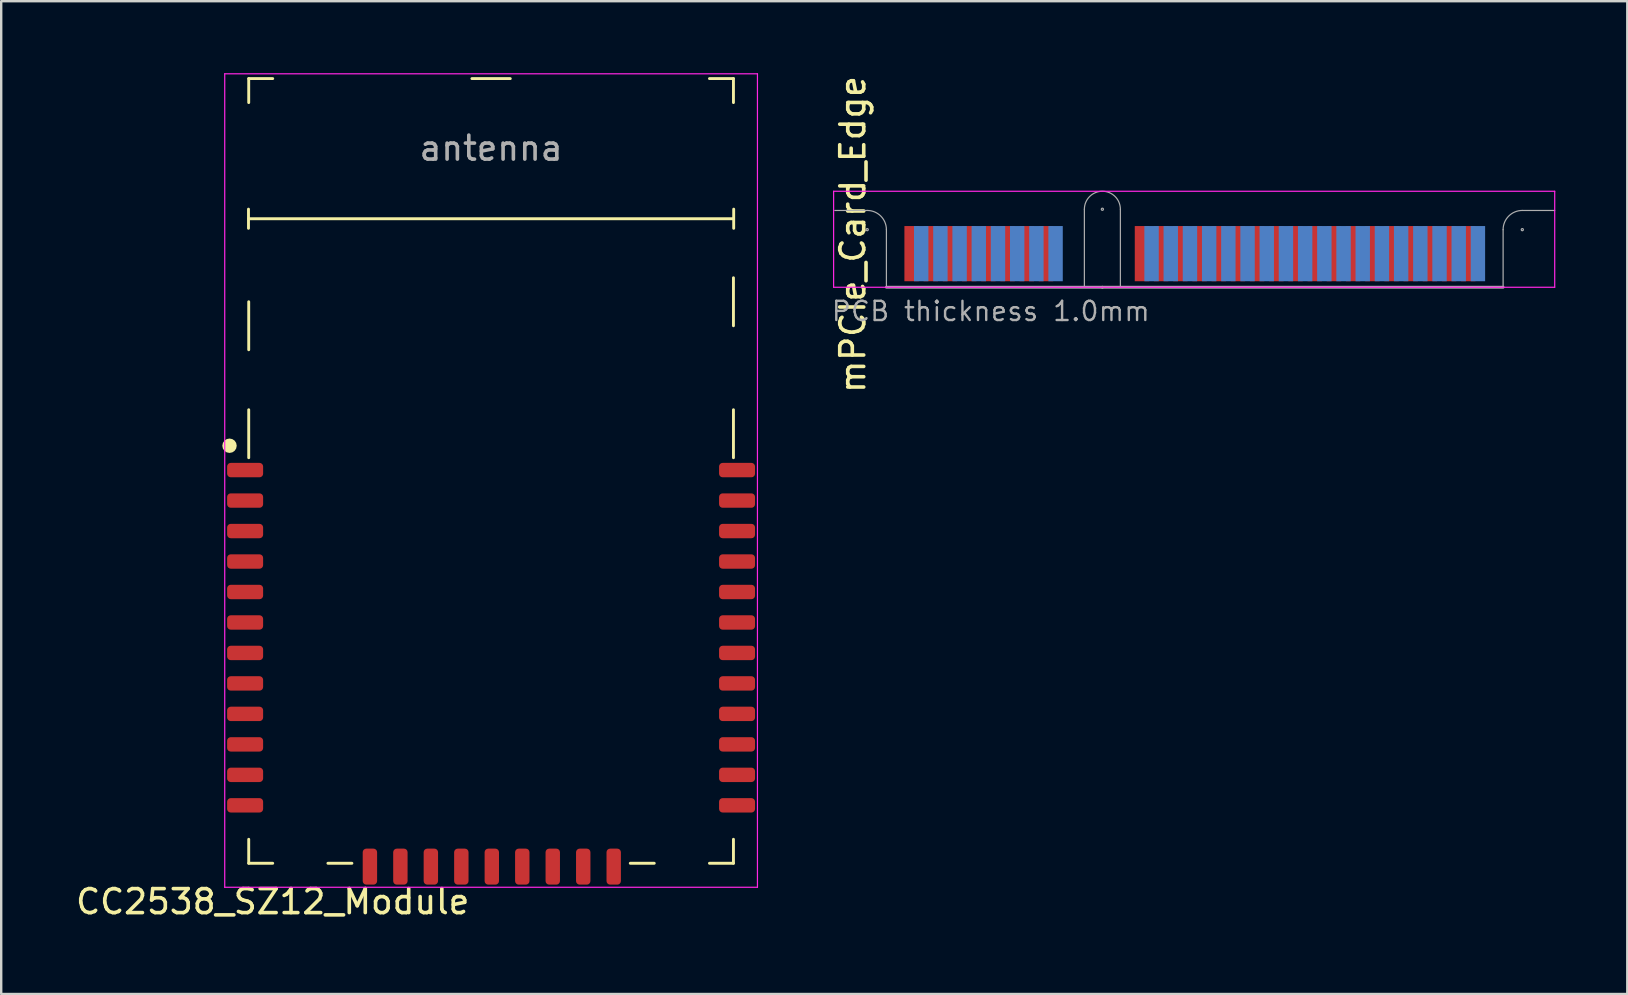
<source format=kicad_pcb>
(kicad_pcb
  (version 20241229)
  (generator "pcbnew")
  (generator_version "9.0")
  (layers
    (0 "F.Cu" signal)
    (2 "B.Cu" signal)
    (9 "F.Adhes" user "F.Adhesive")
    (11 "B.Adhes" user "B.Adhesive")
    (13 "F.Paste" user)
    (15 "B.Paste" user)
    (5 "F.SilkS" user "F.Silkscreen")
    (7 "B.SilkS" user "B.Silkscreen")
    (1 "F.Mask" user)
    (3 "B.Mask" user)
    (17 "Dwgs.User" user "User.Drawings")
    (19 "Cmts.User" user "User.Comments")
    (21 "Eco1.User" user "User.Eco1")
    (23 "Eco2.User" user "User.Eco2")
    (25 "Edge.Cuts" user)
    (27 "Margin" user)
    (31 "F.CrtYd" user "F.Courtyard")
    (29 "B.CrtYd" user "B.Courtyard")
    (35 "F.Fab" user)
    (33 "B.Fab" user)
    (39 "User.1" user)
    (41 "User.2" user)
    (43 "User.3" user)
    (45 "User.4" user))
  (footprint "mPCIe_Card_Edge"
    (layer "F.Cu")
    (at 44.939 4.92)
    (property "Reference" "mPCIe_Card_Edge" (at -12.45 1.8 270) (layer "F.SilkS") (effects (font (size 1 1) (thickness 0.15))))
    (attr exclude_from_pos_files exclude_from_bom)
    (fp_line (start -13.25 0) (end 16.8 0) (stroke (width 0.05) (type solid)) (layer "F.CrtYd"))
    (fp_line (start -13.25 4) (end -13.25 0) (stroke (width 0.05) (type solid)) (layer "F.CrtYd"))
    (fp_line (start -13.25 4) (end 16.8 4) (stroke (width 0.05) (type solid)) (layer "F.CrtYd"))
    (fp_line (start 16.8 0) (end 16.8 4) (stroke (width 0.05) (type solid)) (layer "F.CrtYd"))
    (fp_line (start -11.85 0.8) (end -13.2 0.8) (stroke (width 0.05) (type solid)) (layer "F.Fab"))
    (fp_line (start -11.05 1.6) (end -11.05 4) (stroke (width 0.05) (type solid)) (layer "F.Fab"))
    (fp_line (start -2.8 4) (end -2.8 0.75) (stroke (width 0.05) (type solid)) (layer "F.Fab"))
    (fp_line (start -2.05 4) (end -11.05 4) (stroke (width 0.12) (type solid)) (layer "F.Fab"))
    (fp_line (start -2.05 4) (end 14.65 4) (stroke (width 0.12) (type solid)) (layer "F.Fab"))
    (fp_line (start -1.3 4) (end -1.3 0.75) (stroke (width 0.05) (type solid)) (layer "F.Fab"))
    (fp_line (start 14.65 1.6) (end 14.65 4) (stroke (width 0.05) (type solid)) (layer "F.Fab"))
    (fp_line (start 15.45 0.8) (end 16.8 0.8) (stroke (width 0.05) (type solid)) (layer "F.Fab"))
    (fp_arc (start -11.85 0.8) (mid -11.284315 1.034315) (end -11.05 1.6) (stroke (width 0.05) (type solid)) (layer "F.Fab"))
    (fp_arc (start -2.8 0.75) (mid -2.05 0) (end -1.3 0.75) (stroke (width 0.05) (type solid)) (layer "F.Fab"))
    (fp_arc (start 14.65 1.6) (mid 14.884315 1.034315) (end 15.45 0.8) (stroke (width 0.05) (type solid)) (layer "F.Fab"))
    (fp_circle (center -11.85 1.6) (end -11.83 1.6) (stroke (width 0.05) (type solid)) (fill no) (layer "F.Fab"))
    (fp_circle (center -2.05 0.75) (end -2.03 0.75) (stroke (width 0.05) (type solid)) (fill no) (layer "F.Fab"))
    (fp_circle (center 15.45 1.6) (end 15.47 1.6) (stroke (width 0.05) (type solid)) (fill no) (layer "F.Fab"))
    (fp_text user "PCB thickness 1.0mm" (at -6.7 5 0) (layer "F.Fab") (effects (font (size 0.8 0.8) (thickness 0.1))))
    (pad "1" smd rect (at -10 2.6) (size 0.6 2.3) (layers "F.Cu" "F.Mask"))
    (pad "2" smd rect (at -9.6 2.6) (size 0.6 2.3) (layers "B.Cu" "B.Mask"))
    (pad "3" smd rect (at -9.2 2.6) (size 0.6 2.3) (layers "F.Cu" "F.Mask"))
    (pad "4" smd rect (at -8.8 2.6) (size 0.6 2.3) (layers "B.Cu" "B.Mask"))
    (pad "5" smd rect (at -8.4 2.6) (size 0.6 2.3) (layers "F.Cu" "F.Mask"))
    (pad "6" smd rect (at -8 2.6) (size 0.6 2.3) (layers "B.Cu" "B.Mask"))
    (pad "7" smd rect (at -7.6 2.6) (size 0.6 2.3) (layers "F.Cu" "F.Mask"))
    (pad "8" smd rect (at -7.2 2.6) (size 0.6 2.3) (layers "B.Cu" "B.Mask"))
    (pad "9" smd rect (at -6.8 2.6) (size 0.6 2.3) (layers "F.Cu" "F.Mask"))
    (pad "10" smd rect (at -6.4 2.6) (size 0.6 2.3) (layers "B.Cu" "B.Mask"))
    (pad "11" smd rect (at -6 2.6) (size 0.6 2.3) (layers "F.Cu" "F.Mask"))
    (pad "12" smd rect (at -5.6 2.6) (size 0.6 2.3) (layers "B.Cu" "B.Mask"))
    (pad "13" smd rect (at -5.2 2.6) (size 0.6 2.3) (layers "F.Cu" "F.Mask"))
    (pad "14" smd rect (at -4.8 2.6) (size 0.6 2.3) (layers "B.Cu" "B.Mask"))
    (pad "15" smd rect (at -4.4 2.6) (size 0.6 2.3) (layers "F.Cu" "F.Mask"))
    (pad "16" smd rect (at -4 2.6) (size 0.6 2.3) (layers "B.Cu" "B.Mask"))
    (pad "17" smd rect (at -0.4 2.6) (size 0.6 2.3) (layers "F.Cu" "F.Mask"))
    (pad "18" smd rect (at 0 2.6) (size 0.6 2.3) (layers "B.Cu" "B.Mask"))
    (pad "19" smd rect (at 0.4 2.6) (size 0.6 2.3) (layers "F.Cu" "F.Mask"))
    (pad "20" smd rect (at 0.8 2.6) (size 0.6 2.3) (layers "B.Cu" "B.Mask"))
    (pad "21" smd rect (at 1.2 2.6) (size 0.6 2.3) (layers "F.Cu" "F.Mask"))
    (pad "22" smd rect (at 1.6 2.6) (size 0.6 2.3) (layers "B.Cu" "B.Mask"))
    (pad "23" smd rect (at 2 2.6) (size 0.6 2.3) (layers "F.Cu" "F.Mask"))
    (pad "24" smd rect (at 2.4 2.6) (size 0.6 2.3) (layers "B.Cu" "B.Mask"))
    (pad "25" smd rect (at 2.8 2.6) (size 0.6 2.3) (layers "F.Cu" "F.Mask"))
    (pad "26" smd rect (at 3.2 2.6) (size 0.6 2.3) (layers "B.Cu" "B.Mask"))
    (pad "27" smd rect (at 3.6 2.6) (size 0.6 2.3) (layers "F.Cu" "F.Mask"))
    (pad "28" smd rect (at 4 2.6) (size 0.6 2.3) (layers "B.Cu" "B.Mask"))
    (pad "29" smd rect (at 4.4 2.6) (size 0.6 2.3) (layers "F.Cu" "F.Mask"))
    (pad "30" smd rect (at 4.8 2.6) (size 0.6 2.3) (layers "B.Cu" "B.Mask"))
    (pad "31" smd rect (at 5.2 2.6) (size 0.6 2.3) (layers "F.Cu" "F.Mask"))
    (pad "32" smd rect (at 5.6 2.6) (size 0.6 2.3) (layers "B.Cu" "B.Mask"))
    (pad "33" smd rect (at 6 2.6) (size 0.6 2.3) (layers "F.Cu" "F.Mask"))
    (pad "34" smd rect (at 6.4 2.6) (size 0.6 2.3) (layers "B.Cu" "B.Mask"))
    (pad "35" smd rect (at 6.8 2.6) (size 0.6 2.3) (layers "F.Cu" "F.Mask"))
    (pad "36" smd rect (at 7.2 2.6) (size 0.6 2.3) (layers "B.Cu" "B.Mask"))
    (pad "37" smd rect (at 7.6 2.6) (size 0.6 2.3) (layers "F.Cu" "F.Mask"))
    (pad "38" smd rect (at 8 2.6) (size 0.6 2.3) (layers "B.Cu" "B.Mask"))
    (pad "39" smd rect (at 8.4 2.6) (size 0.6 2.3) (layers "F.Cu" "F.Mask"))
    (pad "40" smd rect (at 8.8 2.6) (size 0.6 2.3) (layers "B.Cu" "B.Mask"))
    (pad "41" smd rect (at 9.2 2.6) (size 0.6 2.3) (layers "F.Cu" "F.Mask"))
    (pad "42" smd rect (at 9.6 2.6) (size 0.6 2.3) (layers "B.Cu" "B.Mask"))
    (pad "43" smd rect (at 10 2.6) (size 0.6 2.3) (layers "F.Cu" "F.Mask"))
    (pad "44" smd rect (at 10.4 2.6) (size 0.6 2.3) (layers "B.Cu" "B.Mask"))
    (pad "45" smd rect (at 10.8 2.6) (size 0.6 2.3) (layers "F.Cu" "F.Mask"))
    (pad "46" smd rect (at 11.2 2.6) (size 0.6 2.3) (layers "B.Cu" "B.Mask"))
    (pad "47" smd rect (at 11.6 2.6) (size 0.6 2.3) (layers "F.Cu" "F.Mask"))
    (pad "48" smd rect (at 12 2.6) (size 0.6 2.3) (layers "B.Cu" "B.Mask"))
    (pad "49" smd rect (at 12.4 2.6) (size 0.6 2.3) (layers "F.Cu" "F.Mask"))
    (pad "50" smd rect (at 12.8 2.6) (size 0.6 2.3) (layers "B.Cu" "B.Mask"))
    (pad "51" smd rect (at 13.2 2.6) (size 0.6 2.3) (layers "F.Cu" "F.Mask"))
    (pad "52" smd rect (at 13.6 2.6) (size 0.6 2.3) (layers "B.Cu" "B.Mask")))
  (footprint "CC2538_SZ12_Module"
    (layer "F.Cu")
    (at 17.415 23.525)
    (property "Reference" "CC2538_SZ12_Module" (at -9.1 11 0) (layer "F.SilkS") (effects (font (size 1 1) (thickness 0.15))))
    (attr smd)
    (fp_line (start -10.11 -17.06) (end -10.11 -17.86) (stroke (width 0.12) (type solid)) (layer "F.SilkS"))
    (fp_line (start -10.1 -23.3) (end -10.1 -22.3) (stroke (width 0.12) (type solid)) (layer "F.SilkS"))
    (fp_line (start -10.1 -23.3) (end -9.1 -23.3) (stroke (width 0.12) (type solid)) (layer "F.SilkS"))
    (fp_line (start -10.1 -17.46) (end 10.1 -17.46) (stroke (width 0.12) (type solid)) (layer "F.SilkS"))
    (fp_line (start -10.1 -14) (end -10.1 -12) (stroke (width 0.12) (type solid)) (layer "F.SilkS"))
    (fp_line (start -10.1 -7.5) (end -10.1 -9.5) (stroke (width 0.12) (type solid)) (layer "F.SilkS"))
    (fp_line (start -10.1 8.4) (end -10.1 9.4) (stroke (width 0.12) (type solid)) (layer "F.SilkS"))
    (fp_line (start -10.1 9.4) (end -9.1 9.4) (stroke (width 0.12) (type solid)) (layer "F.SilkS"))
    (fp_line (start -5.8 9.4) (end -6.8 9.4) (stroke (width 0.12) (type solid)) (layer "F.SilkS"))
    (fp_line (start -0.8 -23.3) (end 0.8 -23.3) (stroke (width 0.12) (type solid)) (layer "F.SilkS"))
    (fp_line (start 5.8 9.4) (end 6.8 9.4) (stroke (width 0.12) (type solid)) (layer "F.SilkS"))
    (fp_line (start 10.1 -23.3) (end 9.1 -23.3) (stroke (width 0.12) (type solid)) (layer "F.SilkS"))
    (fp_line (start 10.1 -23.3) (end 10.1 -22.3) (stroke (width 0.12) (type solid)) (layer "F.SilkS"))
    (fp_line (start 10.1 -15) (end 10.1 -13) (stroke (width 0.12) (type solid)) (layer "F.SilkS"))
    (fp_line (start 10.1 -7.5) (end 10.1 -9.5) (stroke (width 0.12) (type solid)) (layer "F.SilkS"))
    (fp_line (start 10.1 9.4) (end 9.1 9.4) (stroke (width 0.12) (type solid)) (layer "F.SilkS"))
    (fp_line (start 10.1 9.4) (end 10.1 8.4) (stroke (width 0.12) (type solid)) (layer "F.SilkS"))
    (fp_line (start 10.11 -17.06) (end 10.11 -17.86) (stroke (width 0.12) (type solid)) (layer "F.SilkS"))
    (fp_circle (center -10.9 -8) (end -10.75 -8) (stroke (width 0.3) (type solid)) (fill no) (layer "F.SilkS"))
    (fp_line (start -11.1 -23.5) (end 11.1 -23.5) (stroke (width 0.05) (type solid)) (layer "F.CrtYd"))
    (fp_line (start -11.1 10.4) (end -11.1 -23.5) (stroke (width 0.05) (type solid)) (layer "F.CrtYd"))
    (fp_line (start 11.1 -23.5) (end 11.1 10.4) (stroke (width 0.05) (type solid)) (layer "F.CrtYd"))
    (fp_line (start 11.1 10.4) (end -11.1 10.4) (stroke (width 0.05) (type solid)) (layer "F.CrtYd"))
    (fp_text user "antenna" (at 0 -20.4 0) (layer "F.Fab") (effects (font (size 1 1) (thickness 0.15))))
    (pad "1" smd roundrect (at -10.25 -6.985 270) (size 0.6 1.5) (layers "F.Cu" "F.Mask" "F.Paste") (roundrect_rratio 0.25))
    (pad "2" smd roundrect (at -10.25 -5.715 270) (size 0.6 1.5) (layers "F.Cu" "F.Mask" "F.Paste") (roundrect_rratio 0.25))
    (pad "3" smd roundrect (at -10.25 -4.445 270) (size 0.6 1.5) (layers "F.Cu" "F.Mask" "F.Paste") (roundrect_rratio 0.25))
    (pad "4" smd roundrect (at -10.25 -3.175 270) (size 0.6 1.5) (layers "F.Cu" "F.Mask" "F.Paste") (roundrect_rratio 0.25))
    (pad "5" smd roundrect (at -10.25 -1.905 270) (size 0.6 1.5) (layers "F.Cu" "F.Mask" "F.Paste") (roundrect_rratio 0.25))
    (pad "6" smd roundrect (at -10.25 -0.635 270) (size 0.6 1.5) (layers "F.Cu" "F.Mask" "F.Paste") (roundrect_rratio 0.25))
    (pad "7" smd roundrect (at -10.25 0.635 270) (size 0.6 1.5) (layers "F.Cu" "F.Mask" "F.Paste") (roundrect_rratio 0.25))
    (pad "8" smd roundrect (at -10.25 1.905 270) (size 0.6 1.5) (layers "F.Cu" "F.Mask" "F.Paste") (roundrect_rratio 0.25))
    (pad "9" smd roundrect (at -10.25 3.175 270) (size 0.6 1.5) (layers "F.Cu" "F.Mask" "F.Paste") (roundrect_rratio 0.25))
    (pad "10" smd roundrect (at -10.25 4.445 270) (size 0.6 1.5) (layers "F.Cu" "F.Mask" "F.Paste") (roundrect_rratio 0.25))
    (pad "11" smd roundrect (at -10.25 5.715 270) (size 0.6 1.5) (layers "F.Cu" "F.Mask" "F.Paste") (roundrect_rratio 0.25))
    (pad "12" smd roundrect (at -10.25 6.985 270) (size 0.6 1.5) (layers "F.Cu" "F.Mask" "F.Paste") (roundrect_rratio 0.25))
    (pad "13" smd roundrect (at -5.05 9.54) (size 0.6 1.5) (layers "F.Cu" "F.Mask" "F.Paste") (roundrect_rratio 0.25))
    (pad "14" smd roundrect (at -3.78 9.54) (size 0.6 1.5) (layers "F.Cu" "F.Mask" "F.Paste") (roundrect_rratio 0.25))
    (pad "15" smd roundrect (at -2.51 9.54) (size 0.6 1.5) (layers "F.Cu" "F.Mask" "F.Paste") (roundrect_rratio 0.25))
    (pad "16" smd roundrect (at -1.24 9.54) (size 0.6 1.5) (layers "F.Cu" "F.Mask" "F.Paste") (roundrect_rratio 0.25))
    (pad "17" smd roundrect (at 0.03 9.54) (size 0.6 1.5) (layers "F.Cu" "F.Mask" "F.Paste") (roundrect_rratio 0.25))
    (pad "18" smd roundrect (at 1.3 9.54) (size 0.6 1.5) (layers "F.Cu" "F.Mask" "F.Paste") (roundrect_rratio 0.25))
    (pad "19" smd roundrect (at 2.57 9.54) (size 0.6 1.5) (layers "F.Cu" "F.Mask" "F.Paste") (roundrect_rratio 0.25))
    (pad "20" smd roundrect (at 3.84 9.54) (size 0.6 1.5) (layers "F.Cu" "F.Mask" "F.Paste") (roundrect_rratio 0.25))
    (pad "21" smd roundrect (at 5.11 9.54) (size 0.6 1.5) (layers "F.Cu" "F.Mask" "F.Paste") (roundrect_rratio 0.25))
    (pad "22" smd roundrect (at 10.25 6.985 270) (size 0.6 1.5) (layers "F.Cu" "F.Mask" "F.Paste") (roundrect_rratio 0.25))
    (pad "23" smd roundrect (at 10.25 5.715 270) (size 0.6 1.5) (layers "F.Cu" "F.Mask" "F.Paste") (roundrect_rratio 0.25))
    (pad "24" smd roundrect (at 10.25 4.445 270) (size 0.6 1.5) (layers "F.Cu" "F.Mask" "F.Paste") (roundrect_rratio 0.25))
    (pad "25" smd roundrect (at 10.25 3.175 270) (size 0.6 1.5) (layers "F.Cu" "F.Mask" "F.Paste") (roundrect_rratio 0.25))
    (pad "26" smd roundrect (at 10.25 1.905 270) (size 0.6 1.5) (layers "F.Cu" "F.Mask" "F.Paste") (roundrect_rratio 0.25))
    (pad "27" smd roundrect (at 10.25 0.635 270) (size 0.6 1.5) (layers "F.Cu" "F.Mask" "F.Paste") (roundrect_rratio 0.25))
    (pad "28" smd roundrect (at 10.25 -0.635 270) (size 0.6 1.5) (layers "F.Cu" "F.Mask" "F.Paste") (roundrect_rratio 0.25))
    (pad "29" smd roundrect (at 10.25 -1.905 270) (size 0.6 1.5) (layers "F.Cu" "F.Mask" "F.Paste") (roundrect_rratio 0.25))
    (pad "30" smd roundrect (at 10.25 -3.175 270) (size 0.6 1.5) (layers "F.Cu" "F.Mask" "F.Paste") (roundrect_rratio 0.25))
    (pad "31" smd roundrect (at 10.25 -4.445 270) (size 0.6 1.5) (layers "F.Cu" "F.Mask" "F.Paste") (roundrect_rratio 0.25))
    (pad "32" smd roundrect (at 10.25 -5.715 270) (size 0.6 1.5) (layers "F.Cu" "F.Mask" "F.Paste") (roundrect_rratio 0.25))
    (pad "33" smd roundrect (at 10.25 -6.985 270) (size 0.6 1.5) (layers "F.Cu" "F.Mask" "F.Paste") (roundrect_rratio 0.25)))
  (gr_rect
    (start -3 -3)
    (end 64.764 38.373)
    (stroke (width 0.1) (type default))
    (fill no)
    (layer "Edge.Cuts")))
</source>
